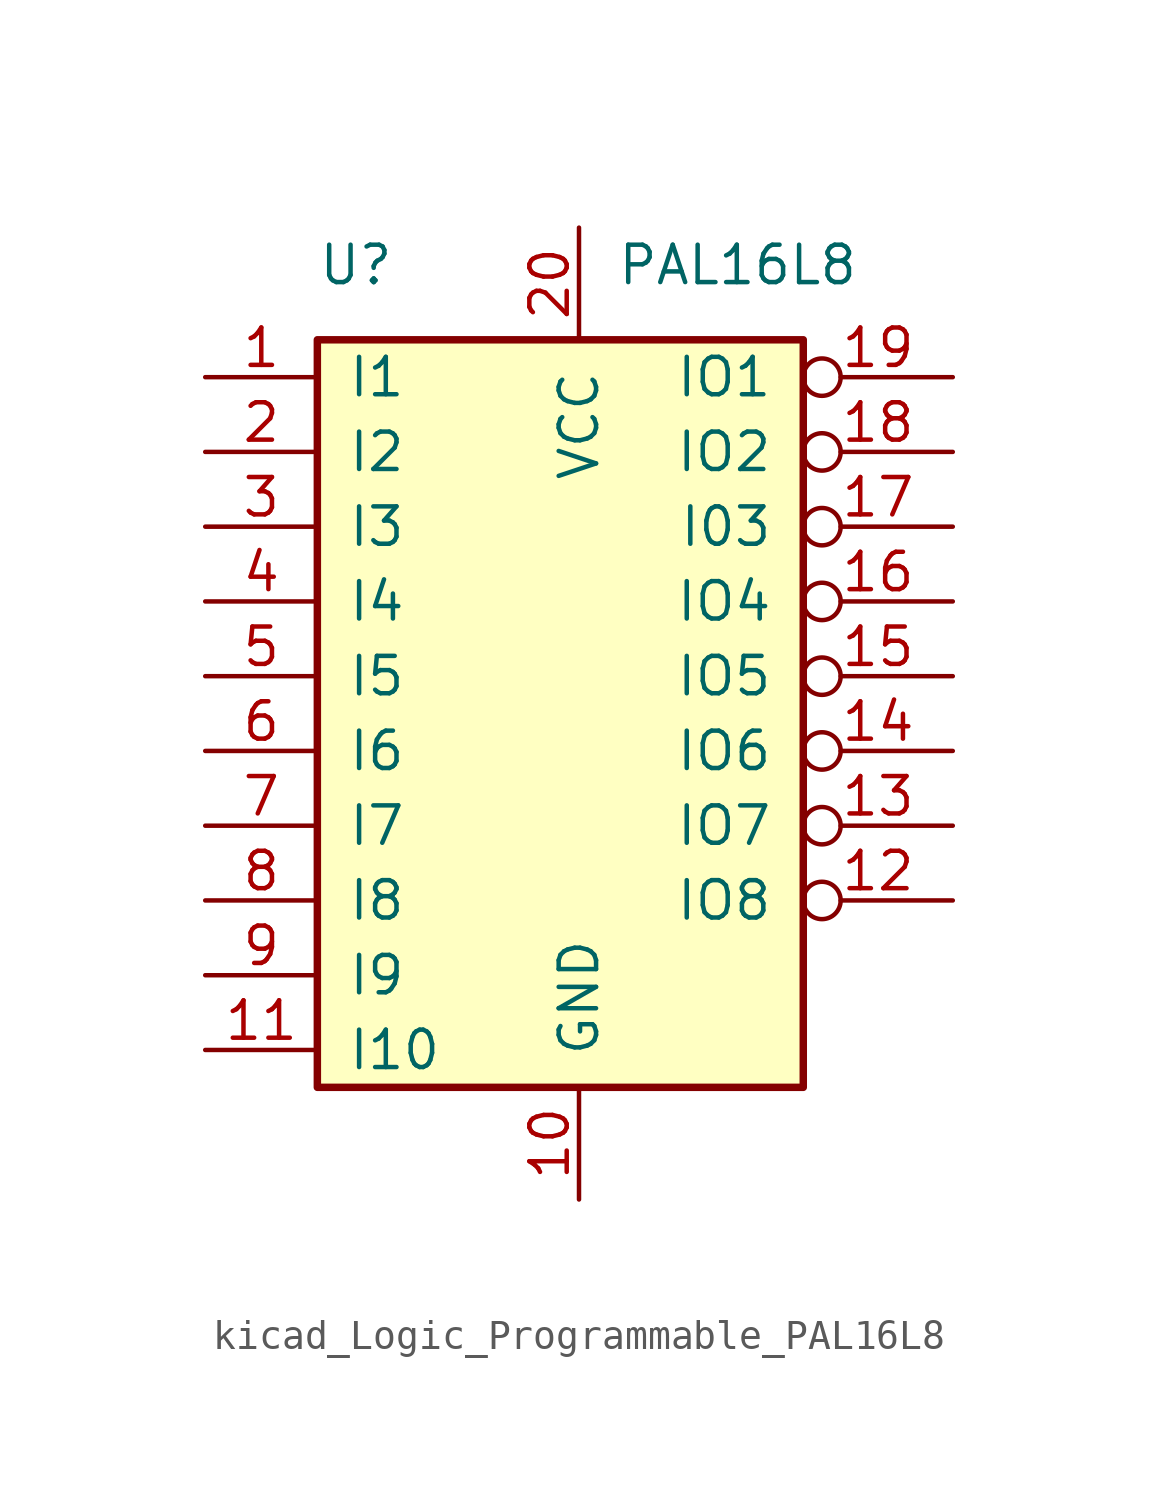
<source format=kicad_sym>
(kicad_symbol_lib
  (version 20220914)
  (generator kicad_symbol_editor)
  (symbol "kicad_Logic_Programmable_PAL16L8"
    (pin_names
      (offset 1.016))
    (property "Reference" "U"
      (at -8.89 16.51 0)
      (effects (font (size 1.27 1.27)) (justify left)))
    (property "Value" "PAL16L8"
      (at 1.27 16.51 0)
      (effects (font (size 1.27 1.27)) (justify left)))
    (symbol "kicad_Logic_Programmable_PAL16L8_0_0"
      (pin power_in line (at 0 -15.24 90) (length 3.81) (name "GND" (effects (font (size 1.27 1.27)))) (number "10" (effects (font (size 1.27 1.27)))))
      (pin power_in line (at 0 17.78 270) (length 3.81) (name "VCC" (effects (font (size 1.27 1.27)))) (number "20" (effects (font (size 1.27 1.27))))))
    (symbol "kicad_Logic_Programmable_PAL16L8_0_1"
      (rectangle (start -8.89 13.97) (end 7.62 -11.43) (stroke (width 0.254) (type default)) (fill (type background))))
    (symbol "kicad_Logic_Programmable_PAL16L8_1_1"
      (pin input line (at -12.7 12.7 0) (length 3.81) (name "I1" (effects (font (size 1.27 1.27)))) (number "1" (effects (font (size 1.27 1.27)))))
      (pin input line (at -12.7 -10.16 0) (length 3.81) (name "I10" (effects (font (size 1.27 1.27)))) (number "11" (effects (font (size 1.27 1.27)))))
      (pin tri_state inverted (at 12.7 -5.08 180) (length 5.08) (name "IO8" (effects (font (size 1.27 1.27)))) (number "12" (effects (font (size 1.27 1.27)))))
      (pin tri_state inverted (at 12.7 -2.54 180) (length 5.08) (name "IO7" (effects (font (size 1.27 1.27)))) (number "13" (effects (font (size 1.27 1.27)))))
      (pin tri_state inverted (at 12.7 0 180) (length 5.08) (name "IO6" (effects (font (size 1.27 1.27)))) (number "14" (effects (font (size 1.27 1.27)))))
      (pin tri_state inverted (at 12.7 2.54 180) (length 5.08) (name "IO5" (effects (font (size 1.27 1.27)))) (number "15" (effects (font (size 1.27 1.27)))))
      (pin tri_state inverted (at 12.7 5.08 180) (length 5.08) (name "IO4" (effects (font (size 1.27 1.27)))) (number "16" (effects (font (size 1.27 1.27)))))
      (pin tri_state inverted (at 12.7 7.62 180) (length 5.08) (name "I03" (effects (font (size 1.27 1.27)))) (number "17" (effects (font (size 1.27 1.27)))))
      (pin tri_state inverted (at 12.7 10.16 180) (length 5.08) (name "IO2" (effects (font (size 1.27 1.27)))) (number "18" (effects (font (size 1.27 1.27)))))
      (pin tri_state inverted (at 12.7 12.7 180) (length 5.08) (name "IO1" (effects (font (size 1.27 1.27)))) (number "19" (effects (font (size 1.27 1.27)))))
      (pin input line (at -12.7 10.16 0) (length 3.81) (name "I2" (effects (font (size 1.27 1.27)))) (number "2" (effects (font (size 1.27 1.27)))))
      (pin input line (at -12.7 7.62 0) (length 3.81) (name "I3" (effects (font (size 1.27 1.27)))) (number "3" (effects (font (size 1.27 1.27)))))
      (pin input line (at -12.7 5.08 0) (length 3.81) (name "I4" (effects (font (size 1.27 1.27)))) (number "4" (effects (font (size 1.27 1.27)))))
      (pin input line (at -12.7 2.54 0) (length 3.81) (name "I5" (effects (font (size 1.27 1.27)))) (number "5" (effects (font (size 1.27 1.27)))))
      (pin input line (at -12.7 0 0) (length 3.81) (name "I6" (effects (font (size 1.27 1.27)))) (number "6" (effects (font (size 1.27 1.27)))))
      (pin input line (at -12.7 -2.54 0) (length 3.81) (name "I7" (effects (font (size 1.27 1.27)))) (number "7" (effects (font (size 1.27 1.27)))))
      (pin input line (at -12.7 -5.08 0) (length 3.81) (name "I8" (effects (font (size 1.27 1.27)))) (number "8" (effects (font (size 1.27 1.27)))))
      (pin input line (at -12.7 -7.62 0) (length 3.81) (name "I9" (effects (font (size 1.27 1.27)))) (number "9" (effects (font (size 1.27 1.27))))))))
</source>
